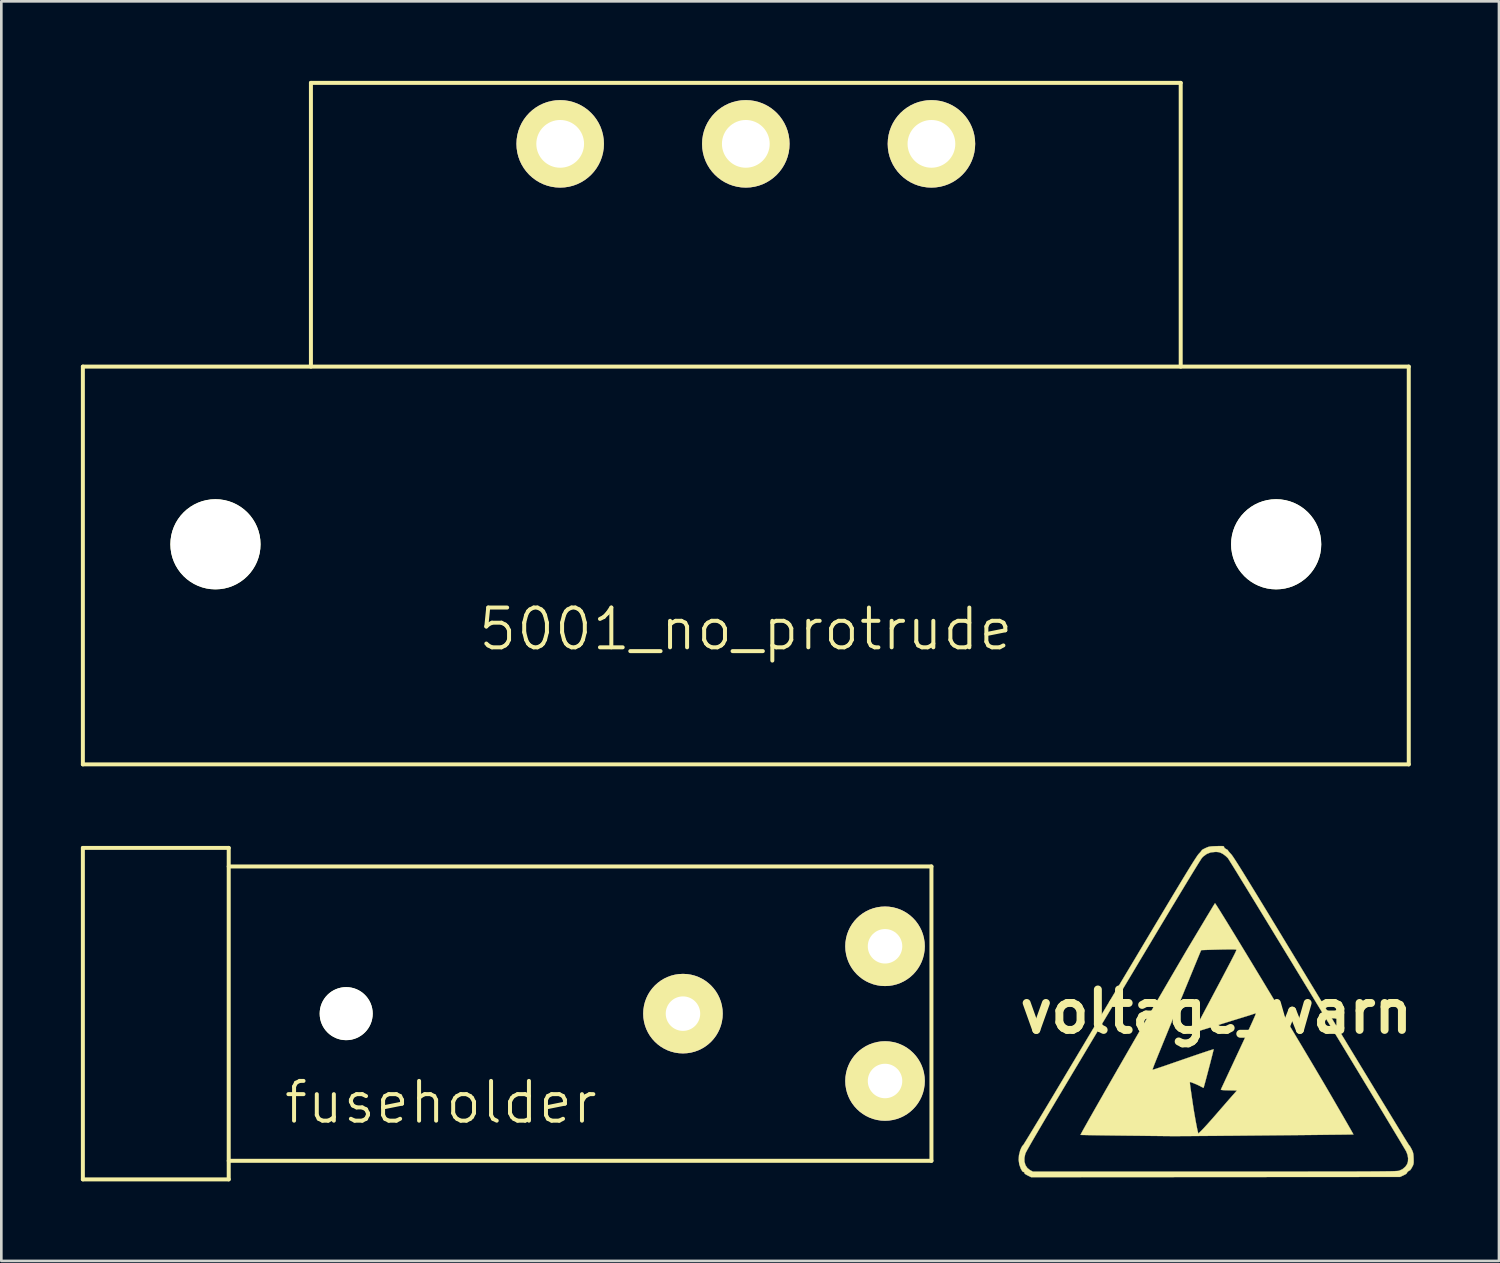
<source format=kicad_pcb>
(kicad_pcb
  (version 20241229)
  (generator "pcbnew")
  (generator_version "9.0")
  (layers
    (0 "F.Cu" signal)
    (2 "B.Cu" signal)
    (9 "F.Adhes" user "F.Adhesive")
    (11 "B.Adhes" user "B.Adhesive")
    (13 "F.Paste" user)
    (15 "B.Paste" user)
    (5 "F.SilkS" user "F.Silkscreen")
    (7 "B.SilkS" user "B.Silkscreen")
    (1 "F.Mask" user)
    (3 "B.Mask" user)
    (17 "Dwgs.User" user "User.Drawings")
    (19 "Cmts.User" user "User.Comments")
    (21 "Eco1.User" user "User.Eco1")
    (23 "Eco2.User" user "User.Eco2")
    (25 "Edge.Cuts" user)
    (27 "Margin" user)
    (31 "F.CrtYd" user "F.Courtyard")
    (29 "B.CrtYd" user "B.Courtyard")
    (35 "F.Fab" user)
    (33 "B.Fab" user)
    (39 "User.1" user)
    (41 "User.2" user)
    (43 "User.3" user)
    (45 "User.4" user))
  (footprint "5001_no_protrude"
    (layer "F.Cu")
    (at 25.075 17.475)
    (property "Reference" "5001_no_protrude" (at 0 3.2 0) (layer "F.SilkS") (effects (font (size 1.5 1.5) (thickness 0.15))))
    (attr through_hole)
    (fp_line (start -25 -6.7) (end 25 -6.7) (stroke (width 0.15) (type solid)) (layer "F.SilkS"))
    (fp_line (start -25 8.3) (end -25 -6.7) (stroke (width 0.15) (type solid)) (layer "F.SilkS"))
    (fp_line (start -16.4 -17.4) (end -16.4 -6.7) (stroke (width 0.15) (type solid)) (layer "F.SilkS"))
    (fp_line (start 16.4 -17.4) (end -16.4 -17.4) (stroke (width 0.15) (type solid)) (layer "F.SilkS"))
    (fp_line (start 16.4 -17.4) (end 16.4 -6.7) (stroke (width 0.15) (type solid)) (layer "F.SilkS"))
    (fp_line (start 25 8.3) (end -25 8.3) (stroke (width 0.15) (type solid)) (layer "F.SilkS"))
    (fp_line (start 25 8.3) (end 25 -6.7) (stroke (width 0.15) (type solid)) (layer "F.SilkS"))
    (pad "" np_thru_hole circle (at -20 0) (size 3.4 3.4) (drill 3.4) (layers "*.Cu" "*.Mask" "F.SilkS"))
    (pad "" np_thru_hole circle (at 20 0) (size 3.4 3.4) (drill 3.4) (layers "*.Cu" "*.Mask" "F.SilkS"))
    (pad "1" thru_hole circle (at 0 -15.1) (size 3.3 3.3) (drill 1.8) (layers "*.Cu" "*.Mask" "F.SilkS"))
    (pad "2" thru_hole circle (at -7 -15.1) (size 3.3 3.3) (drill 1.8) (layers "*.Cu" "*.Mask" "F.SilkS"))
    (pad "3" thru_hole circle (at 7 -15.1) (size 3.3 3.3) (drill 1.8) (layers "*.Cu" "*.Mask" "F.SilkS")))
  (footprint "fuseholder"
    (layer "F.Cu")
    (at 30.325 35.175)
    (property "Reference" "fuseholder" (at -16.75 3.35 0) (layer "F.SilkS") (effects (font (size 1.5 1.5) (thickness 0.15))))
    (attr through_hole)
    (fp_line (start -30.25 -6.25) (end -30.25 6.25) (stroke (width 0.15) (type solid)) (layer "F.SilkS"))
    (fp_line (start -30.25 -6.25) (end -24.75 -6.25) (stroke (width 0.15) (type solid)) (layer "F.SilkS"))
    (fp_line (start -30.25 6.25) (end -24.75 6.25) (stroke (width 0.15) (type solid)) (layer "F.SilkS"))
    (fp_line (start -24.75 -5.55) (end 1.75 -5.55) (stroke (width 0.15) (type solid)) (layer "F.SilkS"))
    (fp_line (start -24.75 5.55) (end 1.75 5.55) (stroke (width 0.15) (type solid)) (layer "F.SilkS"))
    (fp_line (start -24.75 6.25) (end -24.75 -6.25) (stroke (width 0.15) (type solid)) (layer "F.SilkS"))
    (fp_line (start 1.75 -5.55) (end 1.75 5.55) (stroke (width 0.15) (type solid)) (layer "F.SilkS"))
    (pad "" np_thru_hole circle (at -20.32 0) (size 2 2) (drill 2) (layers "*.Cu" "*.Mask" "F.SilkS"))
    (pad "1" thru_hole circle (at -7.62 0) (size 3 3) (drill 1.3) (layers "*.Cu" "*.Mask" "F.SilkS"))
    (pad "2" thru_hole circle (at 0 -2.54) (size 3 3) (drill 1.3) (layers "*.Cu" "*.Mask" "F.SilkS"))
    (pad "2" thru_hole circle (at 0 2.54) (size 3 3) (drill 1.3) (layers "*.Cu" "*.Mask" "F.SilkS")))
  (footprint "voltage_warn"
    (layer "F.Cu")
    (at 42.814 35.099)
    (property "Reference" "voltage_warn" (at 0 0 0) (layer "F.SilkS") (effects (font (size 1.524 1.524) (thickness 0.3))))
    (attr through_hole)
    (fp_poly (pts (xy 0.256 -6.241) (xy 0.283 -6.235) (xy 0.294 -6.223) (xy 0.296 -6.208) (xy 0.316 -6.168) (xy 0.373 -6.131) (xy 0.419 -6.106) (xy 0.441 -6.088) (xy 0.44 -6.085) (xy 0.45 -6.067) (xy 0.483 -6.026) (xy 0.533 -5.969) (xy 0.558 -5.943) (xy 0.574 -5.925) (xy 0.594 -5.898) (xy 0.622 -5.86) (xy 0.655 -5.81) (xy 0.697 -5.747) (xy 0.746 -5.671) (xy 0.805 -5.579) (xy 0.873 -5.471) (xy 0.952 -5.345) (xy 1.041 -5.201) (xy 1.142 -5.037) (xy 1.256 -4.852) (xy 1.383 -4.645) (xy 1.524 -4.415) (xy 1.679 -4.161) (xy 1.85 -3.881) (xy 2.037 -3.574) (xy 2.24 -3.24) (xy 2.461 -2.876) (xy 2.699 -2.483) (xy 2.957 -2.058) (xy 3.234 -1.601) (xy 3.531 -1.11) (xy 3.85 -0.585) (xy 3.973 -0.381) (xy 4.24 0.06) (xy 4.502 0.491) (xy 4.757 0.912) (xy 5.004 1.32) (xy 5.244 1.715) (xy 5.474 2.094) (xy 5.695 2.457) (xy 5.904 2.802) (xy 6.102 3.127) (xy 6.288 3.432) (xy 6.461 3.715) (xy 6.619 3.975) (xy 6.762 4.209) (xy 6.889 4.418) (xy 7 4.598) (xy 7.093 4.75) (xy 7.168 4.871) (xy 7.224 4.96) (xy 7.259 5.016) (xy 7.273 5.038) (xy 7.274 5.038) (xy 7.288 5.05) (xy 7.316 5.092) (xy 7.352 5.156) (xy 7.362 5.175) (xy 7.398 5.249) (xy 7.42 5.309) (xy 7.434 5.371) (xy 7.441 5.449) (xy 7.445 5.535) (xy 7.447 5.633) (xy 7.446 5.701) (xy 7.438 5.753) (xy 7.421 5.8) (xy 7.392 5.856) (xy 7.383 5.874) (xy 7.346 5.935) (xy 7.316 5.977) (xy 7.299 5.99) (xy 7.299 5.99) (xy 7.276 5.996) (xy 7.24 6.022) (xy 7.206 6.057) (xy 7.186 6.087) (xy 7.186 6.096) (xy 7.174 6.112) (xy 7.131 6.139) (xy 7.067 6.171) (xy 7.064 6.173) (xy 6.932 6.234) (xy -0.023 6.239) (xy -6.978 6.244) (xy -7.11 6.179) (xy -7.173 6.145) (xy -7.216 6.117) (xy -7.23 6.102) (xy -7.23 6.101) (xy -7.23 6.078) (xy -7.251 6.053) (xy -7.277 6.042) (xy -7.283 6.044) (xy -7.301 6.032) (xy -7.33 5.991) (xy -7.366 5.929) (xy -7.369 5.922) (xy -7.427 5.763) (xy -7.45 5.589) (xy -7.445 5.519) (xy -7.233 5.519) (xy -7.23 5.662) (xy -7.193 5.789) (xy -7.123 5.895) (xy -7.022 5.976) (xy -7.008 5.983) (xy -6.915 6.032) (xy -0.064 6.032) (xy 0.58 6.032) (xy 1.183 6.032) (xy 1.747 6.032) (xy 2.272 6.032) (xy 2.761 6.032) (xy 3.214 6.032) (xy 3.632 6.031) (xy 4.018 6.031) (xy 4.372 6.031) (xy 4.696 6.03) (xy 4.991 6.029) (xy 5.258 6.029) (xy 5.5 6.028) (xy 5.716 6.027) (xy 5.91 6.026) (xy 6.081 6.025) (xy 6.231 6.023) (xy 6.362 6.022) (xy 6.475 6.02) (xy 6.571 6.019) (xy 6.652 6.017) (xy 6.719 6.015) (xy 6.773 6.012) (xy 6.816 6.01) (xy 6.849 6.007) (xy 6.873 6.005) (xy 6.89 6.002) (xy 6.897 6) (xy 7.025 5.941) (xy 7.132 5.85) (xy 7.2 5.75) (xy 7.231 5.649) (xy 7.236 5.528) (xy 7.215 5.402) (xy 7.17 5.282) (xy 7.17 5.281) (xy 7.148 5.242) (xy 7.106 5.17) (xy 7.044 5.066) (xy 6.964 4.931) (xy 6.866 4.767) (xy 6.751 4.577) (xy 6.621 4.361) (xy 6.477 4.122) (xy 6.32 3.86) (xy 6.15 3.579) (xy 5.968 3.279) (xy 5.777 2.963) (xy 5.576 2.632) (xy 5.368 2.287) (xy 5.152 1.931) (xy 4.93 1.565) (xy 4.703 1.191) (xy 4.472 0.811) (xy 4.238 0.426) (xy 4.002 0.037) (xy 3.765 -0.352) (xy 3.529 -0.741) (xy 3.293 -1.128) (xy 3.06 -1.511) (xy 2.831 -1.888) (xy 2.605 -2.258) (xy 2.385 -2.619) (xy 2.171 -2.97) (xy 1.965 -3.308) (xy 1.768 -3.631) (xy 1.58 -3.939) (xy 1.402 -4.23) (xy 1.236 -4.501) (xy 1.083 -4.751) (xy 0.943 -4.978) (xy 0.819 -5.181) (xy 0.71 -5.358) (xy 0.618 -5.507) (xy 0.543 -5.627) (xy 0.488 -5.715) (xy 0.453 -5.77) (xy 0.439 -5.79) (xy 0.368 -5.859) (xy 0.285 -5.924) (xy 0.23 -5.959) (xy 0.161 -5.993) (xy 0.1 -6.013) (xy 0.028 -6.021) (xy -0.042 -6.022) (xy -0.207 -6.004) (xy -0.353 -5.948) (xy -0.483 -5.854) (xy -0.535 -5.801) (xy -0.556 -5.772) (xy -0.597 -5.707) (xy -0.659 -5.61) (xy -0.739 -5.48) (xy -0.837 -5.321) (xy -0.952 -5.133) (xy -1.083 -4.918) (xy -1.228 -4.678) (xy -1.388 -4.414) (xy -1.561 -4.127) (xy -1.746 -3.82) (xy -1.942 -3.493) (xy -2.149 -3.149) (xy -2.364 -2.789) (xy -2.588 -2.415) (xy -2.667 -2.283) (xy -2.899 -1.896) (xy -3.137 -1.496) (xy -3.382 -1.087) (xy -3.629 -0.673) (xy -3.877 -0.257) (xy -4.125 0.157) (xy -4.369 0.565) (xy -4.608 0.965) (xy -4.84 1.353) (xy -5.062 1.725) (xy -5.273 2.078) (xy -5.47 2.408) (xy -5.651 2.711) (xy -5.814 2.984) (xy -5.935 3.186) (xy -6.156 3.557) (xy -6.357 3.894) (xy -6.536 4.197) (xy -6.695 4.467) (xy -6.832 4.701) (xy -6.948 4.901) (xy -7.042 5.066) (xy -7.115 5.195) (xy -7.166 5.289) (xy -7.194 5.347) (xy -7.2 5.362) (xy -7.233 5.519) (xy -7.445 5.519) (xy -7.437 5.408) (xy -7.39 5.227) (xy -7.341 5.116) (xy -7.314 5.069) (xy -7.293 5.045) (xy -7.288 5.045) (xy -7.276 5.029) (xy -7.243 4.978) (xy -7.192 4.896) (xy -7.123 4.784) (xy -7.038 4.645) (xy -6.938 4.48) (xy -6.824 4.292) (xy -6.698 4.084) (xy -6.561 3.857) (xy -6.415 3.614) (xy -6.261 3.357) (xy -6.1 3.088) (xy -6.003 2.925) (xy -5.848 2.666) (xy -5.673 2.373) (xy -5.481 2.052) (xy -5.274 1.706) (xy -5.054 1.338) (xy -4.824 0.952) (xy -4.586 0.553) (xy -4.341 0.143) (xy -4.092 -0.273) (xy -3.842 -0.692) (xy -3.593 -1.11) (xy -3.346 -1.523) (xy -3.104 -1.927) (xy -2.87 -2.32) (xy -2.751 -2.519) (xy -2.499 -2.941) (xy -2.267 -3.329) (xy -2.055 -3.682) (xy -1.862 -4.004) (xy -1.688 -4.295) (xy -1.53 -4.557) (xy -1.389 -4.791) (xy -1.263 -4.999) (xy -1.152 -5.182) (xy -1.054 -5.342) (xy -0.969 -5.48) (xy -0.896 -5.597) (xy -0.834 -5.695) (xy -0.782 -5.775) (xy -0.74 -5.839) (xy -0.706 -5.889) (xy -0.679 -5.925) (xy -0.659 -5.949) (xy -0.655 -5.953) (xy -0.601 -6.011) (xy -0.563 -6.057) (xy -0.547 -6.083) (xy -0.547 -6.085) (xy -0.534 -6.098) (xy -0.491 -6.124) (xy -0.427 -6.157) (xy -0.411 -6.164) (xy -0.348 -6.193) (xy -0.295 -6.212) (xy -0.241 -6.225) (xy -0.175 -6.233) (xy -0.086 -6.238) (xy 0.016 -6.241) (xy 0.129 -6.244) (xy 0.207 -6.244) (xy 0.256 -6.241)) (stroke (width 0.01) (type solid)) (fill yes) (layer "F.SilkS"))
    (fp_poly (pts (xy -0.033 -4.073) (xy 0.000225 -4.023) (xy 0.053 -3.941) (xy 0.124 -3.829) (xy 0.211 -3.688) (xy 0.314 -3.522) (xy 0.432 -3.331) (xy 0.562 -3.118) (xy 0.705 -2.885) (xy 0.858 -2.634) (xy 1.02 -2.367) (xy 1.191 -2.086) (xy 1.368 -1.794) (xy 1.551 -1.491) (xy 1.739 -1.181) (xy 1.929 -0.865) (xy 2.122 -0.545) (xy 2.316 -0.223) (xy 2.509 0.098) (xy 2.7 0.417) (xy 2.889 0.732) (xy 3.073 1.04) (xy 3.252 1.339) (xy 3.424 1.628) (xy 3.589 1.905) (xy 3.744 2.166) (xy 3.889 2.412) (xy 4.023 2.638) (xy 4.144 2.844) (xy 4.236 3.002) (xy 4.376 3.242) (xy 4.509 3.472) (xy 4.634 3.688) (xy 4.751 3.889) (xy 4.856 4.071) (xy 4.949 4.232) (xy 5.028 4.37) (xy 5.091 4.481) (xy 5.138 4.564) (xy 5.166 4.615) (xy 5.175 4.631) (xy 5.154 4.632) (xy 5.093 4.633) (xy 4.995 4.635) (xy 4.863 4.637) (xy 4.699 4.639) (xy 4.507 4.641) (xy 4.289 4.643) (xy 4.047 4.646) (xy 3.785 4.649) (xy 3.505 4.652) (xy 3.209 4.655) (xy 2.902 4.658) (xy 2.584 4.661) (xy 2.26 4.664) (xy 1.931 4.667) (xy 1.6 4.67) (xy 1.271 4.673) (xy 0.945 4.676) (xy 0.626 4.679) (xy 0.317 4.681) (xy 0.019 4.684) (xy -0.264 4.686) (xy -0.53 4.688) (xy -0.776 4.69) (xy -0.998 4.692) (xy -1.196 4.693) (xy -1.365 4.694) (xy -1.503 4.695) (xy -1.607 4.695) (xy -1.675 4.695) (xy -1.693 4.695) (xy -1.747 4.694) (xy -1.839 4.693) (xy -1.966 4.692) (xy -2.124 4.69) (xy -2.309 4.688) (xy -2.517 4.686) (xy -2.745 4.683) (xy -2.988 4.68) (xy -3.243 4.678) (xy -3.501 4.675) (xy -3.758 4.672) (xy -4.002 4.669) (xy -4.231 4.666) (xy -4.441 4.663) (xy -4.628 4.66) (xy -4.79 4.657) (xy -4.923 4.654) (xy -5.024 4.652) (xy -5.09 4.65) (xy -5.117 4.648) (xy -5.117 4.648) (xy -5.109 4.628) (xy -5.08 4.573) (xy -5.033 4.486) (xy -4.968 4.369) (xy -4.886 4.224) (xy -4.79 4.052) (xy -4.679 3.857) (xy -4.555 3.639) (xy -4.42 3.402) (xy -4.274 3.147) (xy -4.12 2.876) (xy -3.957 2.592) (xy -3.787 2.296) (xy -3.729 2.195) (xy -2.406 2.195) (xy -2.384 2.19) (xy -2.328 2.173) (xy -2.242 2.145) (xy -2.13 2.107) (xy -1.997 2.063) (xy -1.849 2.012) (xy -1.765 1.983) (xy -1.423 1.864) (xy -1.12 1.76) (xy -0.857 1.669) (xy -0.634 1.593) (xy -0.449 1.531) (xy -0.303 1.482) (xy -0.196 1.448) (xy -0.128 1.427) (xy -0.098 1.42) (xy -0.097 1.42) (xy -0.1 1.441) (xy -0.114 1.497) (xy -0.135 1.583) (xy -0.163 1.693) (xy -0.196 1.821) (xy -0.232 1.962) (xy -0.271 2.109) (xy -0.31 2.259) (xy -0.348 2.404) (xy -0.384 2.539) (xy -0.416 2.659) (xy -0.443 2.757) (xy -0.463 2.829) (xy -0.475 2.868) (xy -0.477 2.874) (xy -0.496 2.868) (xy -0.539 2.846) (xy -0.575 2.827) (xy -0.642 2.792) (xy -0.722 2.754) (xy -0.806 2.718) (xy -0.884 2.687) (xy -0.946 2.664) (xy -0.984 2.655) (xy -0.991 2.656) (xy -0.993 2.662) (xy -0.994 2.675) (xy -0.992 2.7) (xy -0.988 2.741) (xy -0.98 2.801) (xy -0.969 2.884) (xy -0.953 2.995) (xy -0.933 3.136) (xy -0.907 3.312) (xy -0.88 3.493) (xy -0.857 3.647) (xy -0.83 3.812) (xy -0.801 3.978) (xy -0.773 4.138) (xy -0.745 4.283) (xy -0.721 4.406) (xy -0.701 4.497) (xy -0.696 4.517) (xy -0.674 4.599) (xy -0.536 4.464) (xy -0.487 4.413) (xy -0.415 4.335) (xy -0.325 4.236) (xy -0.223 4.122) (xy -0.112 3.996) (xy 0.002 3.866) (xy 0.032 3.831) (xy 0.147 3.698) (xy 0.263 3.565) (xy 0.372 3.439) (xy 0.47 3.327) (xy 0.552 3.233) (xy 0.612 3.164) (xy 0.622 3.154) (xy 0.781 2.974) (xy 0.473 2.968) (xy 0.347 2.965) (xy 0.259 2.96) (xy 0.204 2.954) (xy 0.179 2.945) (xy 0.176 2.936) (xy 0.187 2.913) (xy 0.214 2.855) (xy 0.256 2.765) (xy 0.311 2.647) (xy 0.377 2.504) (xy 0.454 2.34) (xy 0.539 2.158) (xy 0.631 1.961) (xy 0.728 1.753) (xy 0.731 1.746) (xy 0.87 1.449) (xy 0.992 1.188) (xy 1.098 0.96) (xy 1.189 0.765) (xy 1.266 0.598) (xy 1.329 0.46) (xy 1.381 0.346) (xy 1.421 0.255) (xy 1.452 0.185) (xy 1.473 0.133) (xy 1.487 0.098) (xy 1.493 0.077) (xy 1.493 0.068) (xy 1.493 0.068) (xy 1.469 0.068) (xy 1.424 0.082) (xy 1.382 0.097) (xy 1.309 0.121) (xy 1.215 0.151) (xy 1.109 0.184) (xy 1.09 0.189) (xy 1.008 0.215) (xy 0.892 0.25) (xy 0.748 0.295) (xy 0.582 0.346) (xy 0.4 0.403) (xy 0.21 0.462) (xy 0.016 0.522) (xy -0.026 0.535) (xy -0.206 0.591) (xy -0.373 0.643) (xy -0.523 0.689) (xy -0.65 0.728) (xy -0.753 0.759) (xy -0.825 0.78) (xy -0.863 0.791) (xy -0.868 0.791) (xy -0.858 0.772) (xy -0.83 0.718) (xy -0.785 0.633) (xy -0.726 0.52) (xy -0.652 0.381) (xy -0.567 0.219) (xy -0.471 0.038) (xy -0.366 -0.16) (xy -0.253 -0.372) (xy -0.151 -0.565) (xy 0.007 -0.864) (xy 0.147 -1.127) (xy 0.269 -1.358) (xy 0.374 -1.558) (xy 0.464 -1.729) (xy 0.54 -1.873) (xy 0.602 -1.993) (xy 0.652 -2.091) (xy 0.692 -2.169) (xy 0.721 -2.229) (xy 0.741 -2.273) (xy 0.754 -2.304) (xy 0.761 -2.323) (xy 0.762 -2.331) (xy 0.751 -2.338) (xy 0.716 -2.343) (xy 0.653 -2.346) (xy 0.561 -2.347) (xy 0.434 -2.346) (xy 0.272 -2.344) (xy 0.101 -2.34) (xy -0.062 -2.336) (xy -0.211 -2.332) (xy -0.341 -2.328) (xy -0.446 -2.324) (xy -0.522 -2.321) (xy -0.563 -2.318) (xy -0.568 -2.317) (xy -0.577 -2.297) (xy -0.601 -2.241) (xy -0.638 -2.151) (xy -0.688 -2.031) (xy -0.748 -1.884) (xy -0.819 -1.712) (xy -0.898 -1.519) (xy -0.985 -1.308) (xy -1.078 -1.081) (xy -1.177 -0.841) (xy -1.279 -0.592) (xy -1.384 -0.336) (xy -1.49 -0.076) (xy -1.596 0.184) (xy -1.702 0.442) (xy -1.805 0.695) (xy -1.905 0.94) (xy -2.001 1.174) (xy -2.09 1.393) (xy -2.173 1.596) (xy -2.203 1.67) (xy -2.259 1.808) (xy -2.309 1.933) (xy -2.35 2.039) (xy -2.381 2.122) (xy -2.4 2.175) (xy -2.406 2.195) (xy -3.729 2.195) (xy -3.612 1.991) (xy -3.432 1.679) (xy -3.249 1.361) (xy -3.064 1.04) (xy -2.879 0.719) (xy -2.694 0.398) (xy -2.51 0.081) (xy -2.329 -0.231) (xy -2.153 -0.536) (xy -1.981 -0.831) (xy -1.816 -1.114) (xy -1.659 -1.384) (xy -1.51 -1.638) (xy -1.372 -1.874) (xy -1.245 -2.09) (xy -1.131 -2.285) (xy -1.03 -2.455) (xy -0.985 -2.529) (xy -0.845 -2.763) (xy -0.711 -2.987) (xy -0.585 -3.197) (xy -0.468 -3.392) (xy -0.363 -3.568) (xy -0.269 -3.723) (xy -0.19 -3.854) (xy -0.127 -3.959) (xy -0.08 -4.034) (xy -0.053 -4.078) (xy -0.046 -4.089) (xy -0.033 -4.073)) (stroke (width 0.01) (type solid)) (fill yes) (layer "F.SilkS")))
  (gr_rect
    (start -3 -3)
    (end 53.477 44.5)
    (stroke (width 0.1) (type default))
    (fill no)
    (layer "Edge.Cuts")))
</source>
